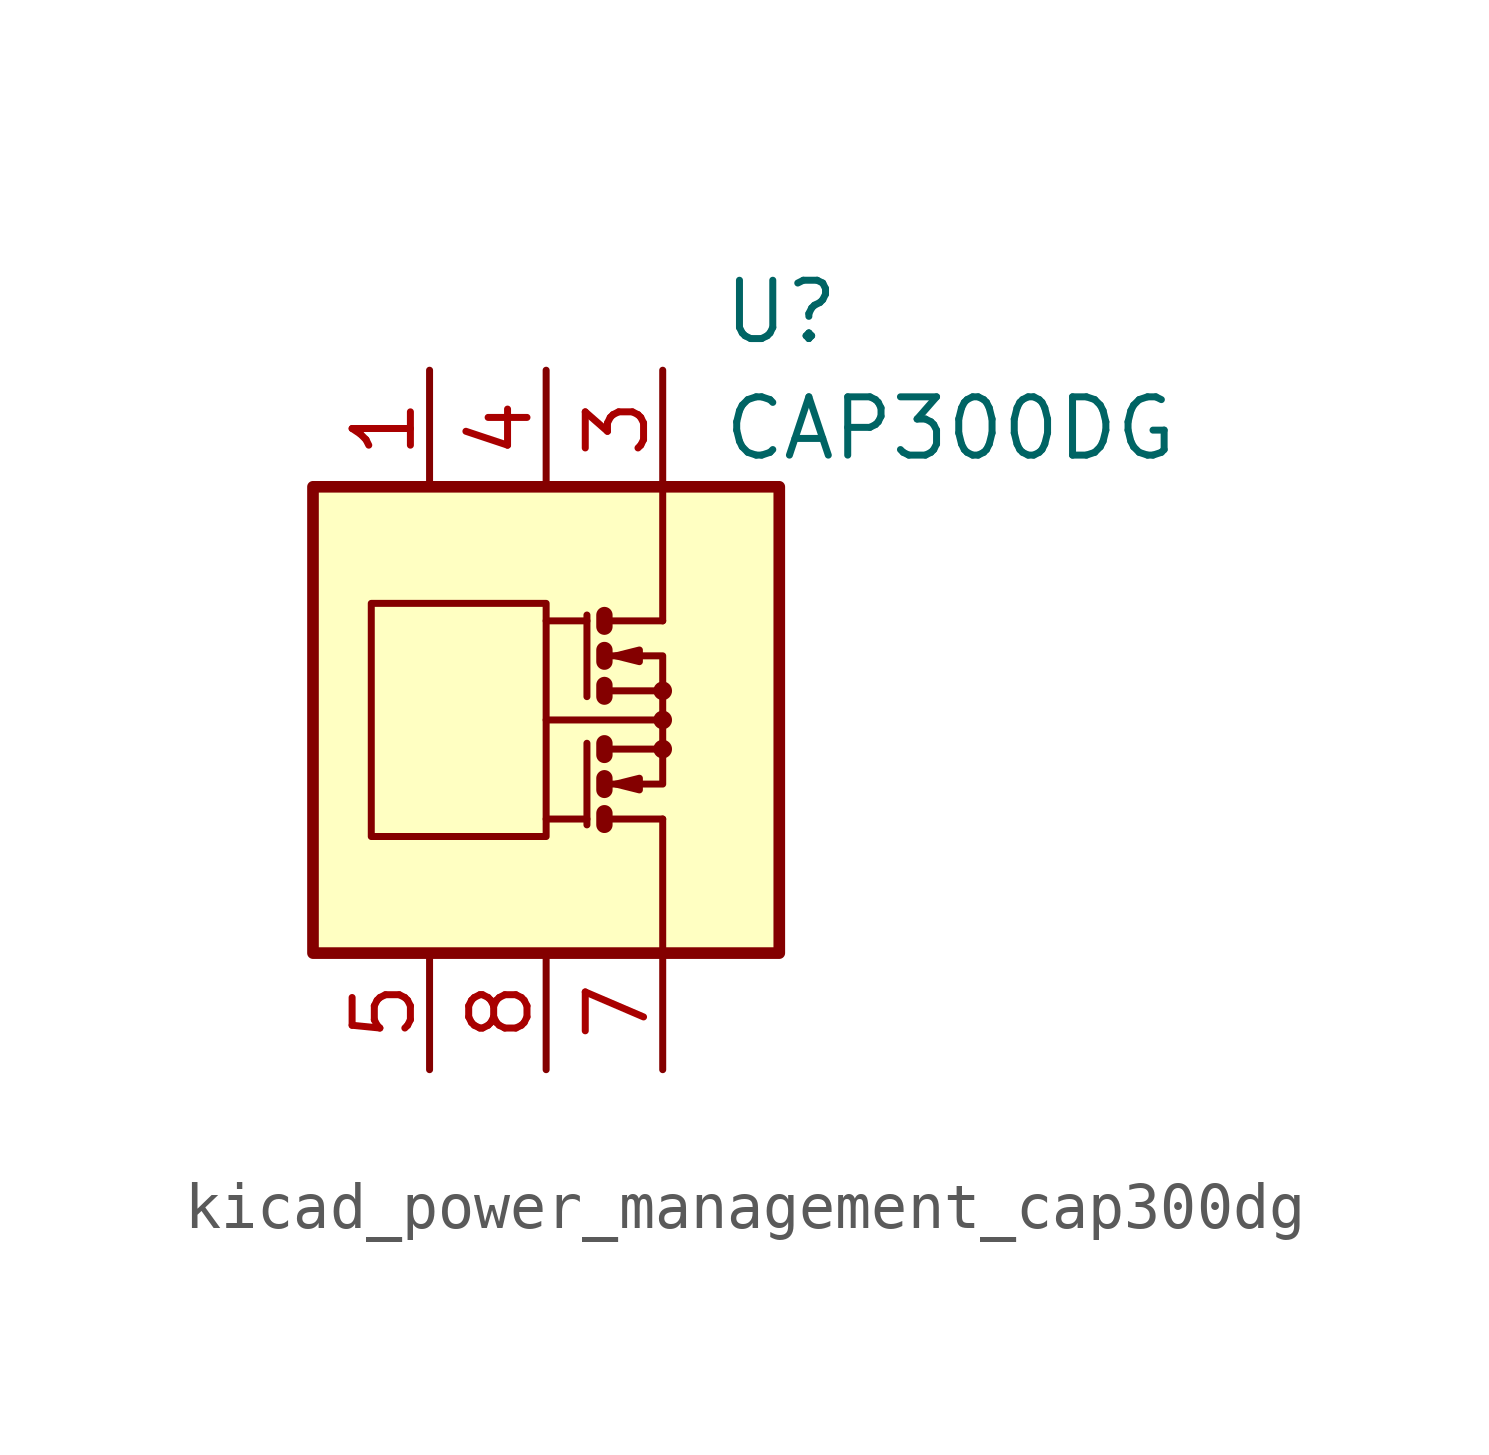
<source format=kicad_sym>
(kicad_symbol_lib
  (version 20220914)
  (generator kicad_symbol_editor)
  (symbol "kicad_power_management_cap300dg"
    (pin_names
      (offset 1.27))
    (property "Reference" "U"
      (at 3.81 8.89 0)
      (effects (font (size 1.27 1.27)) (justify left)))
    (property "Value" "CAP300DG"
      (at 3.81 6.35 0)
      (effects (font (size 1.27 1.27)) (justify left)))
    (symbol "kicad_power_management_cap300dg_0_1"
      (rectangle (start -5.08 5.08) (end 5.08 -5.08) (stroke (width 0.254) (type default)) (fill (type background)))
      (rectangle (start -3.81 2.54) (end 0 -2.54) (stroke (width 0) (type default)) (fill (type none)))
      (polyline (pts (xy 0.889 -2.159) (xy 0 -2.159)) (stroke (width 0) (type default)) (fill (type none)))
      (polyline (pts (xy 0.889 -0.508) (xy 0.889 -2.286)) (stroke (width 0) (type default)) (fill (type none)))
      (polyline (pts (xy 0.889 2.159) (xy 0 2.159)) (stroke (width 0) (type default)) (fill (type none)))
      (polyline (pts (xy 0.889 2.286) (xy 0.889 0.508)) (stroke (width 0) (type default)) (fill (type none)))
      (polyline (pts (xy 1.27 -2.159) (xy 2.54 -2.159)) (stroke (width 0) (type default)) (fill (type none)))
      (polyline (pts (xy 1.27 2.159) (xy 2.54 2.159)) (stroke (width 0) (type default)) (fill (type none)))
      (polyline (pts (xy 2.413 0) (xy 0 0)) (stroke (width 0) (type default)) (fill (type none)))
      (polyline (pts (xy 2.54 -2.159) (xy 2.54 -5.08)) (stroke (width 0) (type default)) (fill (type none)))
      (polyline (pts (xy 1.27 -2.032) (xy 1.27 -2.286) (xy 1.27 -2.286)) (stroke (width 0.356) (type default)) (fill (type none)))
      (polyline (pts (xy 1.27 -1.27) (xy 1.27 -1.524) (xy 1.27 -1.524)) (stroke (width 0.356) (type default)) (fill (type none)))
      (polyline (pts (xy 1.27 0.762) (xy 1.27 0.508) (xy 1.27 0.508)) (stroke (width 0.356) (type default)) (fill (type none)))
      (polyline (pts (xy 1.27 1.524) (xy 1.27 1.27) (xy 1.27 1.27)) (stroke (width 0.356) (type default)) (fill (type none)))
      (polyline (pts (xy 1.27 2.286) (xy 1.27 2.032) (xy 1.27 2.032)) (stroke (width 0.356) (type default)) (fill (type none)))
      (polyline (pts (xy 1.397 -1.397) (xy 2.54 -1.397) (xy 2.54 -0.635)) (stroke (width 0) (type default)) (fill (type none)))
      (polyline (pts (xy 1.397 1.397) (xy 2.54 1.397) (xy 2.54 0.635)) (stroke (width 0) (type default)) (fill (type none)))
      (polyline (pts (xy 2.54 2.159) (xy 2.54 5.08) (xy 2.54 3.175)) (stroke (width 0) (type default)) (fill (type none)))
      (polyline (pts (xy 1.397 -0.635) (xy 2.54 -0.635) (xy 2.54 0.635) (xy 1.397 0.635)) (stroke (width 0) (type default)) (fill (type none)))
      (polyline (pts (xy 1.524 -1.397) (xy 2.032 -1.27) (xy 2.032 -1.524) (xy 1.524 -1.397)) (stroke (width 0) (type default)) (fill (type none)))
      (polyline (pts (xy 1.524 1.397) (xy 2.032 1.524) (xy 2.032 1.27) (xy 1.524 1.397)) (stroke (width 0) (type default)) (fill (type none)))
      (circle (center 2.54 -0.635) (radius 0.127) (stroke (width 0) (type default)) (fill (type none)))
      (circle (center 2.54 0) (radius 0.127) (stroke (width 0) (type default)) (fill (type none)))
      (circle (center 2.54 0.635) (radius 0.127) (stroke (width 0) (type default)) (fill (type none))))
    (symbol "kicad_power_management_cap300dg_1_1"
      (polyline (pts (xy 1.27 -0.508) (xy 1.27 -0.762)) (stroke (width 0.356) (type default)) (fill (type none)))
      (pin passive line (at -2.54 7.62 270) (length 2.54) (name "~" (effects (font (size 1.27 1.27)))) (number "1" (effects (font (size 1.27 1.27)))))
      (pin passive line (at 2.54 7.62 270) (length 2.54) hide (name "~" (effects (font (size 1.27 1.27)))) (number "2" (effects (font (size 1.27 1.27)))))
      (pin passive line (at 2.54 7.62 270) (length 2.54) (name "~" (effects (font (size 1.27 1.27)))) (number "3" (effects (font (size 1.27 1.27)))))
      (pin passive line (at 0 7.62 270) (length 2.54) (name "~" (effects (font (size 1.27 1.27)))) (number "4" (effects (font (size 1.27 1.27)))))
      (pin passive line (at -2.54 -7.62 90) (length 2.54) (name "~" (effects (font (size 1.27 1.27)))) (number "5" (effects (font (size 1.27 1.27)))))
      (pin passive line (at 2.54 -7.62 90) (length 2.54) hide (name "~" (effects (font (size 1.27 1.27)))) (number "6" (effects (font (size 1.27 1.27)))))
      (pin passive line (at 2.54 -7.62 90) (length 2.54) (name "~" (effects (font (size 1.27 1.27)))) (number "7" (effects (font (size 1.27 1.27)))))
      (pin passive line (at 0 -7.62 90) (length 2.54) (name "~" (effects (font (size 1.27 1.27)))) (number "8" (effects (font (size 1.27 1.27))))))))
</source>
